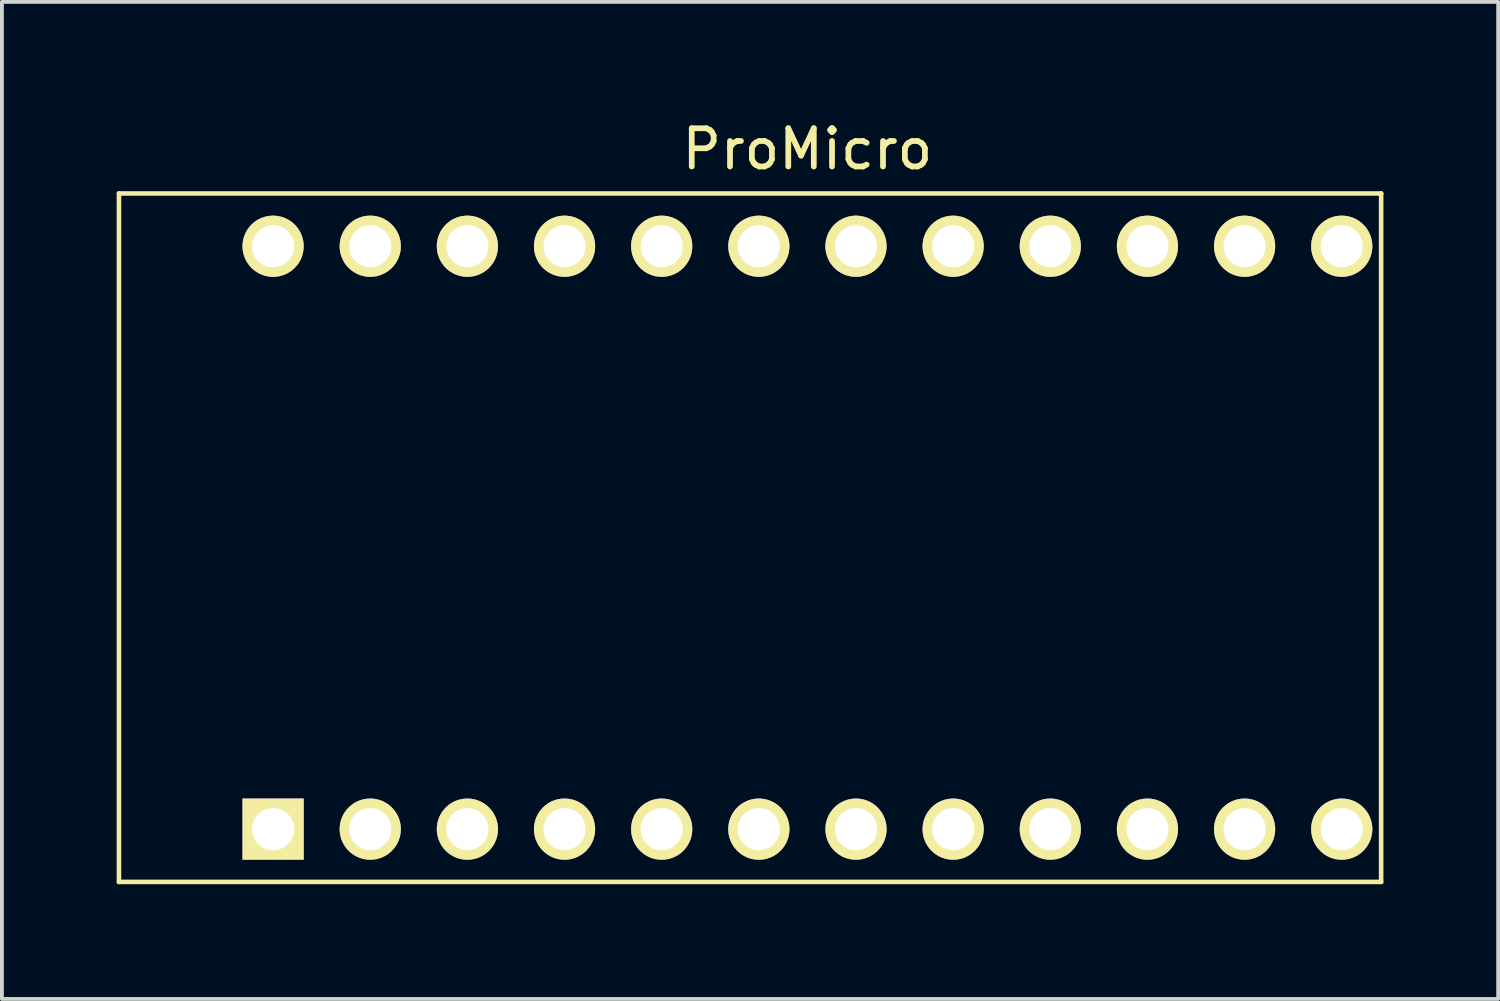
<source format=kicad_pcb>
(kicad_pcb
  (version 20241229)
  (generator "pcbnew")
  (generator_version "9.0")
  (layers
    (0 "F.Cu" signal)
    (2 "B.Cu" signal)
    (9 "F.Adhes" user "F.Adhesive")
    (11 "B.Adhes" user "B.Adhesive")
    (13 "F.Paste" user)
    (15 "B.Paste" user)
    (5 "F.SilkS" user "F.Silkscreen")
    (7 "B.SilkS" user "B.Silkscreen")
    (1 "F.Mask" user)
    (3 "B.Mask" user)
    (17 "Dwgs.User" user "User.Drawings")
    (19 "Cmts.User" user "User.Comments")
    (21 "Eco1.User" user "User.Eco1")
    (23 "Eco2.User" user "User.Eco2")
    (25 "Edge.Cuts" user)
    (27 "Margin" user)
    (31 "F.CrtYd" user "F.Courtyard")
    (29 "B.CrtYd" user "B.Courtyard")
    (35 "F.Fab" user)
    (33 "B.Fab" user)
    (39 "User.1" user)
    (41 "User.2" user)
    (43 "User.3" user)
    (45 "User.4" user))
  (footprint "ProMicro"
    (layer "F.Cu")
    (at 18.06 11.008)
    (property "Reference" "ProMicro" (at 0 -10.16 0) (layer "F.SilkS") (effects (font (size 1 1) (thickness 0.15))))
    (attr through_hole)
    (fp_line (start -18 -9) (end -18 9) (stroke (width 0.12) (type solid)) (layer "F.SilkS"))
    (fp_line (start -18 9) (end 15 9) (stroke (width 0.12) (type solid)) (layer "F.SilkS"))
    (fp_line (start 15 -9) (end -18 -9) (stroke (width 0.12) (type solid)) (layer "F.SilkS"))
    (fp_line (start 15 9) (end 15 -9) (stroke (width 0.12) (type solid)) (layer "F.SilkS"))
    (pad "1" thru_hole rect (at -13.97 7.62) (size 1.6 1.6) (drill 1.1) (layers "*.Cu" "*.Mask" "F.SilkS"))
    (pad "2" thru_hole circle (at -11.43 7.62) (size 1.6 1.6) (drill 1.1) (layers "*.Cu" "*.Mask" "F.SilkS"))
    (pad "3" thru_hole circle (at -8.89 7.62) (size 1.6 1.6) (drill 1.1) (layers "*.Cu" "*.Mask" "F.SilkS"))
    (pad "4" thru_hole circle (at -6.35 7.62) (size 1.6 1.6) (drill 1.1) (layers "*.Cu" "*.Mask" "F.SilkS"))
    (pad "5" thru_hole circle (at -3.81 7.62) (size 1.6 1.6) (drill 1.1) (layers "*.Cu" "*.Mask" "F.SilkS"))
    (pad "6" thru_hole circle (at -1.27 7.62) (size 1.6 1.6) (drill 1.1) (layers "*.Cu" "*.Mask" "F.SilkS"))
    (pad "7" thru_hole circle (at 1.27 7.62) (size 1.6 1.6) (drill 1.1) (layers "*.Cu" "*.Mask" "F.SilkS"))
    (pad "8" thru_hole circle (at 3.81 7.62) (size 1.6 1.6) (drill 1.1) (layers "*.Cu" "*.Mask" "F.SilkS"))
    (pad "9" thru_hole circle (at 6.35 7.62) (size 1.6 1.6) (drill 1.1) (layers "*.Cu" "*.Mask" "F.SilkS"))
    (pad "10" thru_hole circle (at 8.89 7.62) (size 1.6 1.6) (drill 1.1) (layers "*.Cu" "*.Mask" "F.SilkS"))
    (pad "11" thru_hole circle (at 11.43 7.62) (size 1.6 1.6) (drill 1.1) (layers "*.Cu" "*.Mask" "F.SilkS"))
    (pad "12" thru_hole circle (at 13.97 7.62) (size 1.6 1.6) (drill 1.1) (layers "*.Cu" "*.Mask" "F.SilkS"))
    (pad "13" thru_hole circle (at 13.97 -7.62) (size 1.6 1.6) (drill 1.1) (layers "*.Cu" "*.Mask" "F.SilkS"))
    (pad "14" thru_hole circle (at 11.43 -7.62) (size 1.6 1.6) (drill 1.1) (layers "*.Cu" "*.Mask" "F.SilkS"))
    (pad "15" thru_hole circle (at 8.89 -7.62) (size 1.6 1.6) (drill 1.1) (layers "*.Cu" "*.Mask" "F.SilkS"))
    (pad "16" thru_hole circle (at 6.35 -7.62) (size 1.6 1.6) (drill 1.1) (layers "*.Cu" "*.Mask" "F.SilkS"))
    (pad "17" thru_hole circle (at 3.81 -7.62) (size 1.6 1.6) (drill 1.1) (layers "*.Cu" "*.Mask" "F.SilkS"))
    (pad "18" thru_hole circle (at 1.27 -7.62) (size 1.6 1.6) (drill 1.1) (layers "*.Cu" "*.Mask" "F.SilkS"))
    (pad "19" thru_hole circle (at -1.27 -7.62) (size 1.6 1.6) (drill 1.1) (layers "*.Cu" "*.Mask" "F.SilkS"))
    (pad "20" thru_hole circle (at -3.81 -7.62) (size 1.6 1.6) (drill 1.1) (layers "*.Cu" "*.Mask" "F.SilkS"))
    (pad "21" thru_hole circle (at -6.35 -7.62) (size 1.6 1.6) (drill 1.1) (layers "*.Cu" "*.Mask" "F.SilkS"))
    (pad "22" thru_hole circle (at -8.89 -7.62) (size 1.6 1.6) (drill 1.1) (layers "*.Cu" "*.Mask" "F.SilkS"))
    (pad "23" thru_hole circle (at -11.43 -7.62) (size 1.6 1.6) (drill 1.1) (layers "*.Cu" "*.Mask" "F.SilkS"))
    (pad "24" thru_hole circle (at -13.97 -7.62) (size 1.6 1.6) (drill 1.1) (layers "*.Cu" "*.Mask" "F.SilkS")))
  (gr_rect
    (start -3 -3)
    (end 36.12 23.068)
    (stroke (width 0.1) (type default))
    (fill no)
    (layer "Edge.Cuts")))
</source>
